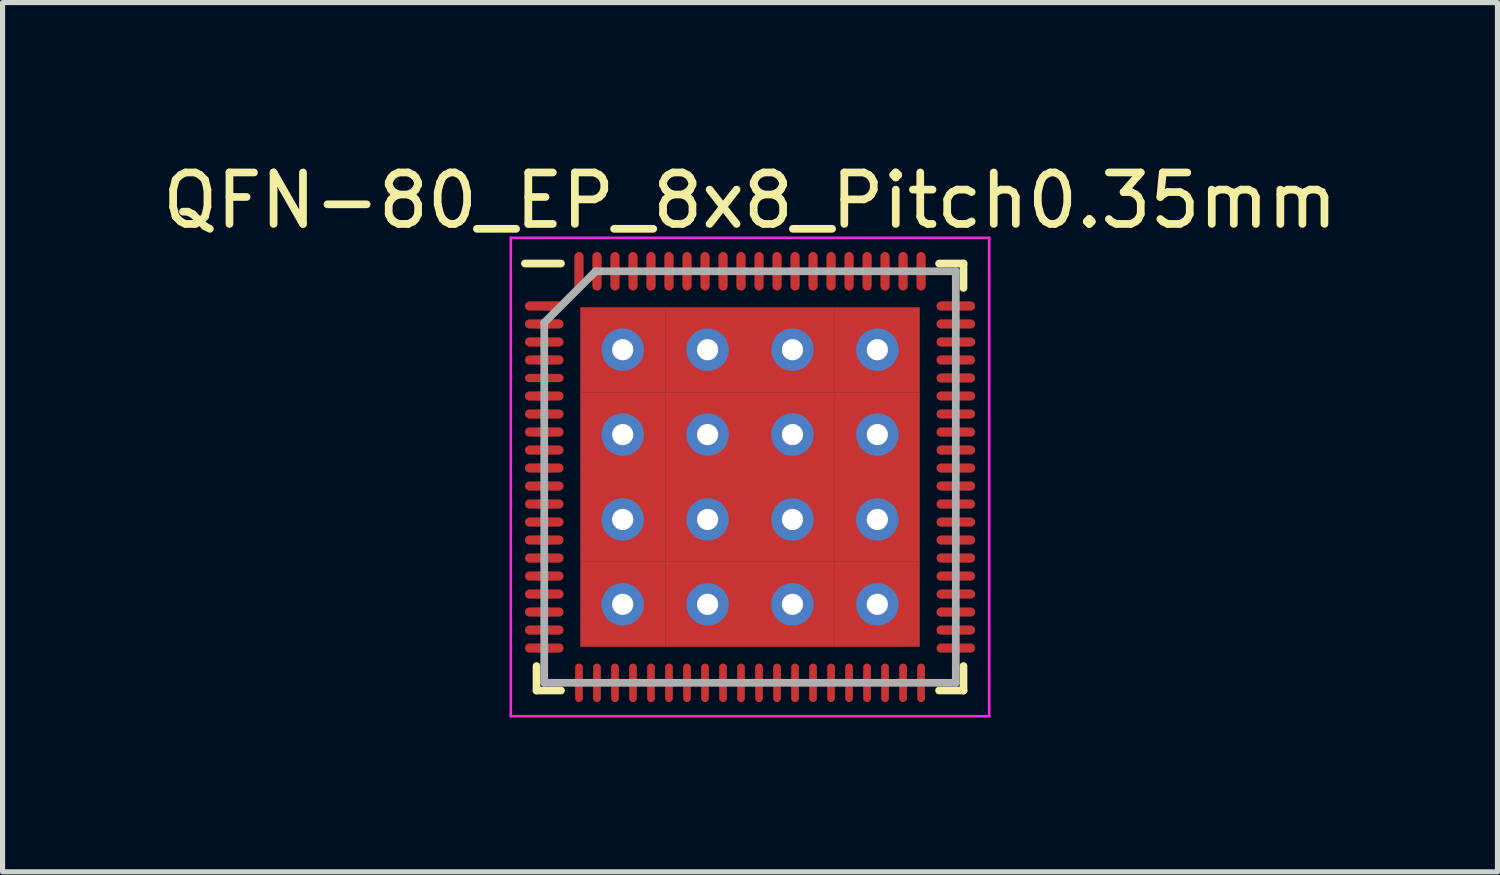
<source format=kicad_pcb>
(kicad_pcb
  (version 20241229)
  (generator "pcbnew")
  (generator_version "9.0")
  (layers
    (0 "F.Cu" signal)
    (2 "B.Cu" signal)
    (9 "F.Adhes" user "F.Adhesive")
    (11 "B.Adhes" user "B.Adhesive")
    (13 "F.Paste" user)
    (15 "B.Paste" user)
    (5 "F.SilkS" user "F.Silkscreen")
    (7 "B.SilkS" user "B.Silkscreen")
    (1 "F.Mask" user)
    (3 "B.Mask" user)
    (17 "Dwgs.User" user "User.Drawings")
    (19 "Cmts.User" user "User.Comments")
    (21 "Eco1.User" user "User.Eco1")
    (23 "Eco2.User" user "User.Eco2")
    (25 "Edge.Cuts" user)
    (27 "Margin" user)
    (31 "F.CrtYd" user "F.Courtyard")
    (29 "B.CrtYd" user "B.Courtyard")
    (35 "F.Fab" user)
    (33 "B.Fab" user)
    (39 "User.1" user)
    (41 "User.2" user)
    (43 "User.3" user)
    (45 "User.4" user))
  (footprint "QFN-80_EP_8x8_Pitch0.35mm"
    (layer "F.Cu")
    (at 11.53 6.223)
    (property "Reference" "QFN-80_EP_8x8_Pitch0.35mm" (at 0 -5.375 0) (layer "F.SilkS") (effects (font (size 1 1) (thickness 0.15))))
    (attr smd)
    (fp_line (start -4.15 4.15) (end -4.15 3.675) (stroke (width 0.15) (type solid)) (layer "F.SilkS"))
    (fp_line (start -3.675 -4.15) (end -4.375 -4.15) (stroke (width 0.15) (type solid)) (layer "F.SilkS"))
    (fp_line (start -3.675 4.15) (end -4.15 4.15) (stroke (width 0.15) (type solid)) (layer "F.SilkS"))
    (fp_line (start 3.675 -4.15) (end 4.15 -4.15) (stroke (width 0.15) (type solid)) (layer "F.SilkS"))
    (fp_line (start 3.675 4.15) (end 4.15 4.15) (stroke (width 0.15) (type solid)) (layer "F.SilkS"))
    (fp_line (start 4.15 -4.15) (end 4.15 -3.675) (stroke (width 0.15) (type solid)) (layer "F.SilkS"))
    (fp_line (start 4.15 4.15) (end 4.15 3.675) (stroke (width 0.15) (type solid)) (layer "F.SilkS"))
    (fp_line (start -4.65 -4.65) (end 4.65 -4.65) (stroke (width 0.05) (type solid)) (layer "F.CrtYd"))
    (fp_line (start -4.65 4.65) (end -4.65 -4.65) (stroke (width 0.05) (type solid)) (layer "F.CrtYd"))
    (fp_line (start 4.65 -4.65) (end 4.65 4.65) (stroke (width 0.05) (type solid)) (layer "F.CrtYd"))
    (fp_line (start 4.65 4.65) (end -4.65 4.65) (stroke (width 0.05) (type solid)) (layer "F.CrtYd"))
    (fp_line (start -4 -3) (end -4 4) (stroke (width 0.15) (type solid)) (layer "F.Fab"))
    (fp_line (start -4 4) (end 4 4) (stroke (width 0.15) (type solid)) (layer "F.Fab"))
    (fp_line (start -3 -4) (end -4 -3) (stroke (width 0.15) (type solid)) (layer "F.Fab"))
    (fp_line (start 4 -4) (end -3 -4) (stroke (width 0.15) (type solid)) (layer "F.Fab"))
    (fp_line (start 4 4) (end 4 -4) (stroke (width 0.15) (type solid)) (layer "F.Fab"))
    (pad "1" smd oval (at -4 -3.325 90) (size 0.18 0.75) (layers "F.Cu" "F.Mask" "F.Paste"))
    (pad "2" smd oval (at -4 -2.975 90) (size 0.18 0.75) (layers "F.Cu" "F.Mask" "F.Paste"))
    (pad "3" smd oval (at -4 -2.625 90) (size 0.18 0.75) (layers "F.Cu" "F.Mask" "F.Paste"))
    (pad "4" smd oval (at -4 -2.275 90) (size 0.18 0.75) (layers "F.Cu" "F.Mask" "F.Paste"))
    (pad "5" smd oval (at -4 -1.925 90) (size 0.16 0.75) (layers "F.Cu" "F.Mask" "F.Paste"))
    (pad "6" smd oval (at -4 -1.575 90) (size 0.18 0.75) (layers "F.Cu" "F.Mask" "F.Paste"))
    (pad "7" smd oval (at -4 -1.225 90) (size 0.18 0.75) (layers "F.Cu" "F.Mask" "F.Paste"))
    (pad "8" smd oval (at -4 -0.875 90) (size 0.18 0.75) (layers "F.Cu" "F.Mask" "F.Paste"))
    (pad "9" smd oval (at -4 -0.525 90) (size 0.18 0.75) (layers "F.Cu" "F.Mask" "F.Paste"))
    (pad "10" smd oval (at -4 -0.175 90) (size 0.18 0.75) (layers "F.Cu" "F.Mask" "F.Paste"))
    (pad "11" smd oval (at -4 0.175 90) (size 0.18 0.75) (layers "F.Cu" "F.Mask" "F.Paste"))
    (pad "12" smd oval (at -4 0.525 90) (size 0.18 0.75) (layers "F.Cu" "F.Mask" "F.Paste"))
    (pad "13" smd oval (at -4 0.875 90) (size 0.18 0.75) (layers "F.Cu" "F.Mask" "F.Paste"))
    (pad "14" smd oval (at -4 1.225 90) (size 0.18 0.75) (layers "F.Cu" "F.Mask" "F.Paste"))
    (pad "15" smd oval (at -4 1.575 90) (size 0.18 0.75) (layers "F.Cu" "F.Mask" "F.Paste"))
    (pad "16" smd oval (at -4 1.925 90) (size 0.18 0.75) (layers "F.Cu" "F.Mask" "F.Paste"))
    (pad "17" smd oval (at -4 2.275 90) (size 0.18 0.75) (layers "F.Cu" "F.Mask" "F.Paste"))
    (pad "18" smd oval (at -4 2.625 90) (size 0.18 0.75) (layers "F.Cu" "F.Mask" "F.Paste"))
    (pad "19" smd oval (at -4 2.975 90) (size 0.18 0.75) (layers "F.Cu" "F.Mask" "F.Paste"))
    (pad "20" smd oval (at -4 3.325 90) (size 0.18 0.75) (layers "F.Cu" "F.Mask" "F.Paste"))
    (pad "21" smd oval (at -3.325 4) (size 0.15 0.75) (layers "F.Cu" "F.Mask" "F.Paste"))
    (pad "22" smd oval (at -2.975 4) (size 0.15 0.75) (layers "F.Cu" "F.Mask" "F.Paste"))
    (pad "23" smd oval (at -2.625 4) (size 0.15 0.75) (layers "F.Cu" "F.Mask" "F.Paste"))
    (pad "24" smd oval (at -2.275 4) (size 0.15 0.75) (layers "F.Cu" "F.Mask" "F.Paste"))
    (pad "25" smd oval (at -1.925 4) (size 0.15 0.75) (layers "F.Cu" "F.Mask" "F.Paste"))
    (pad "26" smd oval (at -1.575 4) (size 0.15 0.75) (layers "F.Cu" "F.Mask" "F.Paste"))
    (pad "27" smd oval (at -1.225 4) (size 0.15 0.75) (layers "F.Cu" "F.Mask" "F.Paste"))
    (pad "28" smd oval (at -0.875 4) (size 0.15 0.75) (layers "F.Cu" "F.Mask" "F.Paste"))
    (pad "29" smd oval (at -0.525 4) (size 0.15 0.75) (layers "F.Cu" "F.Mask" "F.Paste"))
    (pad "30" smd oval (at -0.175 4) (size 0.15 0.75) (layers "F.Cu" "F.Mask" "F.Paste"))
    (pad "31" smd oval (at 0.175 4) (size 0.15 0.75) (layers "F.Cu" "F.Mask" "F.Paste"))
    (pad "32" smd oval (at 0.525 4) (size 0.15 0.75) (layers "F.Cu" "F.Mask" "F.Paste"))
    (pad "33" smd oval (at 0.875 4) (size 0.15 0.75) (layers "F.Cu" "F.Mask" "F.Paste"))
    (pad "34" smd oval (at 1.225 4) (size 0.15 0.75) (layers "F.Cu" "F.Mask" "F.Paste"))
    (pad "35" smd oval (at 1.575 4) (size 0.15 0.75) (layers "F.Cu" "F.Mask" "F.Paste"))
    (pad "36" smd oval (at 1.925 4) (size 0.15 0.75) (layers "F.Cu" "F.Mask" "F.Paste"))
    (pad "37" smd oval (at 2.275 4) (size 0.15 0.75) (layers "F.Cu" "F.Mask" "F.Paste"))
    (pad "38" smd oval (at 2.625 4) (size 0.15 0.75) (layers "F.Cu" "F.Mask" "F.Paste"))
    (pad "39" smd oval (at 2.975 4) (size 0.15 0.75) (layers "F.Cu" "F.Mask" "F.Paste"))
    (pad "40" smd oval (at 3.325 4) (size 0.15 0.75) (layers "F.Cu" "F.Mask" "F.Paste"))
    (pad "41" smd oval (at 4 3.325 90) (size 0.18 0.75) (layers "F.Cu" "F.Mask" "F.Paste"))
    (pad "42" smd oval (at 4 2.975 90) (size 0.18 0.75) (layers "F.Cu" "F.Mask" "F.Paste"))
    (pad "43" smd oval (at 4 2.625 90) (size 0.18 0.75) (layers "F.Cu" "F.Mask" "F.Paste"))
    (pad "44" smd oval (at 4 2.275 90) (size 0.18 0.75) (layers "F.Cu" "F.Mask" "F.Paste"))
    (pad "45" smd oval (at 4 1.925 90) (size 0.18 0.75) (layers "F.Cu" "F.Mask" "F.Paste"))
    (pad "46" smd oval (at 4 1.575 90) (size 0.18 0.75) (layers "F.Cu" "F.Mask" "F.Paste"))
    (pad "47" smd oval (at 4 1.225 90) (size 0.18 0.75) (layers "F.Cu" "F.Mask" "F.Paste"))
    (pad "48" smd oval (at 4 0.875 90) (size 0.18 0.75) (layers "F.Cu" "F.Mask" "F.Paste"))
    (pad "49" smd oval (at 4 0.525 90) (size 0.18 0.75) (layers "F.Cu" "F.Mask" "F.Paste"))
    (pad "50" smd oval (at 4 0.175 90) (size 0.18 0.75) (layers "F.Cu" "F.Mask" "F.Paste"))
    (pad "51" smd oval (at 4 -0.175 90) (size 0.18 0.75) (layers "F.Cu" "F.Mask" "F.Paste"))
    (pad "52" smd oval (at 4 -0.525 90) (size 0.18 0.75) (layers "F.Cu" "F.Mask" "F.Paste"))
    (pad "53" smd oval (at 4 -0.875 90) (size 0.18 0.75) (layers "F.Cu" "F.Mask" "F.Paste"))
    (pad "54" smd oval (at 4 -1.225 90) (size 0.18 0.75) (layers "F.Cu" "F.Mask" "F.Paste"))
    (pad "55" smd oval (at 4 -1.575 90) (size 0.18 0.75) (layers "F.Cu" "F.Mask" "F.Paste"))
    (pad "56" smd oval (at 4 -1.925 90) (size 0.18 0.75) (layers "F.Cu" "F.Mask" "F.Paste"))
    (pad "57" smd oval (at 4 -2.275 90) (size 0.18 0.75) (layers "F.Cu" "F.Mask" "F.Paste"))
    (pad "58" smd oval (at 4 -2.625 90) (size 0.18 0.75) (layers "F.Cu" "F.Mask" "F.Paste"))
    (pad "59" smd oval (at 4 -2.975 90) (size 0.18 0.75) (layers "F.Cu" "F.Mask" "F.Paste"))
    (pad "60" smd oval (at 4 -3.325 90) (size 0.18 0.75) (layers "F.Cu" "F.Mask" "F.Paste"))
    (pad "61" smd oval (at 3.325 -4) (size 0.18 0.75) (layers "F.Cu" "F.Mask" "F.Paste"))
    (pad "62" smd oval (at 2.975 -4) (size 0.18 0.75) (layers "F.Cu" "F.Mask" "F.Paste"))
    (pad "63" smd oval (at 2.625 -4) (size 0.18 0.75) (layers "F.Cu" "F.Mask" "F.Paste"))
    (pad "64" smd oval (at 2.275 -4) (size 0.18 0.75) (layers "F.Cu" "F.Mask" "F.Paste"))
    (pad "65" smd oval (at 1.925 -4) (size 0.18 0.75) (layers "F.Cu" "F.Mask" "F.Paste"))
    (pad "66" smd oval (at 1.575 -4) (size 0.18 0.75) (layers "F.Cu" "F.Mask" "F.Paste"))
    (pad "67" smd oval (at 1.225 -4) (size 0.18 0.75) (layers "F.Cu" "F.Mask" "F.Paste"))
    (pad "68" smd oval (at 0.875 -4) (size 0.18 0.75) (layers "F.Cu" "F.Mask" "F.Paste"))
    (pad "69" smd oval (at 0.525 -4) (size 0.18 0.75) (layers "F.Cu" "F.Mask" "F.Paste"))
    (pad "70" smd oval (at 0.175 -4) (size 0.18 0.75) (layers "F.Cu" "F.Mask" "F.Paste"))
    (pad "71" smd oval (at -0.175 -4) (size 0.18 0.75) (layers "F.Cu" "F.Mask" "F.Paste"))
    (pad "72" smd oval (at -0.525 -4) (size 0.18 0.75) (layers "F.Cu" "F.Mask" "F.Paste"))
    (pad "73" smd oval (at -0.875 -4) (size 0.18 0.75) (layers "F.Cu" "F.Mask" "F.Paste"))
    (pad "74" smd oval (at -1.225 -4) (size 0.18 0.75) (layers "F.Cu" "F.Mask" "F.Paste"))
    (pad "75" smd oval (at -1.575 -4) (size 0.18 0.75) (layers "F.Cu" "F.Mask" "F.Paste"))
    (pad "76" smd oval (at -1.925 -4) (size 0.18 0.75) (layers "F.Cu" "F.Mask" "F.Paste"))
    (pad "77" smd oval (at -2.275 -4) (size 0.18 0.75) (layers "F.Cu" "F.Mask" "F.Paste"))
    (pad "78" smd oval (at -2.625 -4) (size 0.18 0.75) (layers "F.Cu" "F.Mask" "F.Paste"))
    (pad "79" smd oval (at -2.975 -4) (size 0.18 0.75) (layers "F.Cu" "F.Mask" "F.Paste"))
    (pad "80" smd oval (at -3.325 -4) (size 0.18 0.75) (layers "F.Cu" "F.Mask" "F.Paste"))
    (pad "81" thru_hole circle (at -2.475 -2.475) (size 0.825 0.825) (drill 0.412) (layers "*.Cu" "*.Mask"))
    (pad "81" smd rect (at -2.475 -2.475) (size 1.65 1.65) (layers "F.Cu" "F.Mask" "F.Paste"))
    (pad "81" thru_hole circle (at -2.475 -0.825) (size 0.825 0.825) (drill 0.412) (layers "*.Cu" "*.Mask"))
    (pad "81" smd rect (at -2.475 -0.825) (size 1.65 1.65) (layers "F.Cu" "F.Mask" "F.Paste"))
    (pad "81" thru_hole circle (at -2.475 0.825) (size 0.825 0.825) (drill 0.412) (layers "*.Cu" "*.Mask"))
    (pad "81" smd rect (at -2.475 0.825) (size 1.65 1.65) (layers "F.Cu" "F.Mask" "F.Paste"))
    (pad "81" thru_hole circle (at -2.475 2.475) (size 0.825 0.825) (drill 0.412) (layers "*.Cu" "*.Mask"))
    (pad "81" smd rect (at -2.475 2.475) (size 1.65 1.65) (layers "F.Cu" "F.Mask" "F.Paste"))
    (pad "81" thru_hole circle (at -0.825 -2.475) (size 0.825 0.825) (drill 0.412) (layers "*.Cu" "*.Mask"))
    (pad "81" smd rect (at -0.825 -2.475) (size 1.65 1.65) (layers "F.Cu" "F.Mask" "F.Paste"))
    (pad "81" thru_hole circle (at -0.825 -0.825) (size 0.825 0.825) (drill 0.412) (layers "*.Cu" "*.Mask"))
    (pad "81" smd rect (at -0.825 -0.825) (size 1.65 1.65) (layers "F.Cu" "F.Mask" "F.Paste"))
    (pad "81" thru_hole circle (at -0.825 0.825) (size 0.825 0.825) (drill 0.412) (layers "*.Cu" "*.Mask"))
    (pad "81" smd rect (at -0.825 0.825) (size 1.65 1.65) (layers "F.Cu" "F.Mask" "F.Paste"))
    (pad "81" thru_hole circle (at -0.825 2.475) (size 0.825 0.825) (drill 0.412) (layers "*.Cu" "*.Mask"))
    (pad "81" smd rect (at -0.825 2.475) (size 1.65 1.65) (layers "F.Cu" "F.Mask" "F.Paste"))
    (pad "81" thru_hole circle (at 0.825 -2.475) (size 0.825 0.825) (drill 0.412) (layers "*.Cu" "*.Mask"))
    (pad "81" smd rect (at 0.825 -2.475) (size 1.65 1.65) (layers "F.Cu" "F.Mask" "F.Paste"))
    (pad "81" thru_hole circle (at 0.825 -0.825) (size 0.825 0.825) (drill 0.412) (layers "*.Cu" "*.Mask"))
    (pad "81" smd rect (at 0.825 -0.825) (size 1.65 1.65) (layers "F.Cu" "F.Mask" "F.Paste"))
    (pad "81" thru_hole circle (at 0.825 0.825) (size 0.825 0.825) (drill 0.412) (layers "*.Cu" "*.Mask"))
    (pad "81" smd rect (at 0.825 0.825) (size 1.65 1.65) (layers "F.Cu" "F.Mask" "F.Paste"))
    (pad "81" thru_hole circle (at 0.825 2.475) (size 0.825 0.825) (drill 0.412) (layers "*.Cu" "*.Mask"))
    (pad "81" smd rect (at 0.825 2.475) (size 1.65 1.65) (layers "F.Cu" "F.Mask" "F.Paste"))
    (pad "81" thru_hole circle (at 2.475 -2.475) (size 0.825 0.825) (drill 0.412) (layers "*.Cu" "*.Mask"))
    (pad "81" smd rect (at 2.475 -2.475) (size 1.65 1.65) (layers "F.Cu" "F.Mask" "F.Paste"))
    (pad "81" thru_hole circle (at 2.475 -0.825) (size 0.825 0.825) (drill 0.412) (layers "*.Cu" "*.Mask"))
    (pad "81" smd rect (at 2.475 -0.825) (size 1.65 1.65) (layers "F.Cu" "F.Mask" "F.Paste"))
    (pad "81" thru_hole circle (at 2.475 0.825) (size 0.825 0.825) (drill 0.412) (layers "*.Cu" "*.Mask"))
    (pad "81" smd rect (at 2.475 0.825) (size 1.65 1.65) (layers "F.Cu" "F.Mask" "F.Paste"))
    (pad "81" thru_hole circle (at 2.475 2.475) (size 0.825 0.825) (drill 0.412) (layers "*.Cu" "*.Mask"))
    (pad "81" smd rect (at 2.475 2.475) (size 1.65 1.65) (layers "F.Cu" "F.Mask" "F.Paste")))
  (gr_rect
    (start -3 -3)
    (end 26.06 13.898)
    (stroke (width 0.1) (type default))
    (fill no)
    (layer "Edge.Cuts")))
</source>
